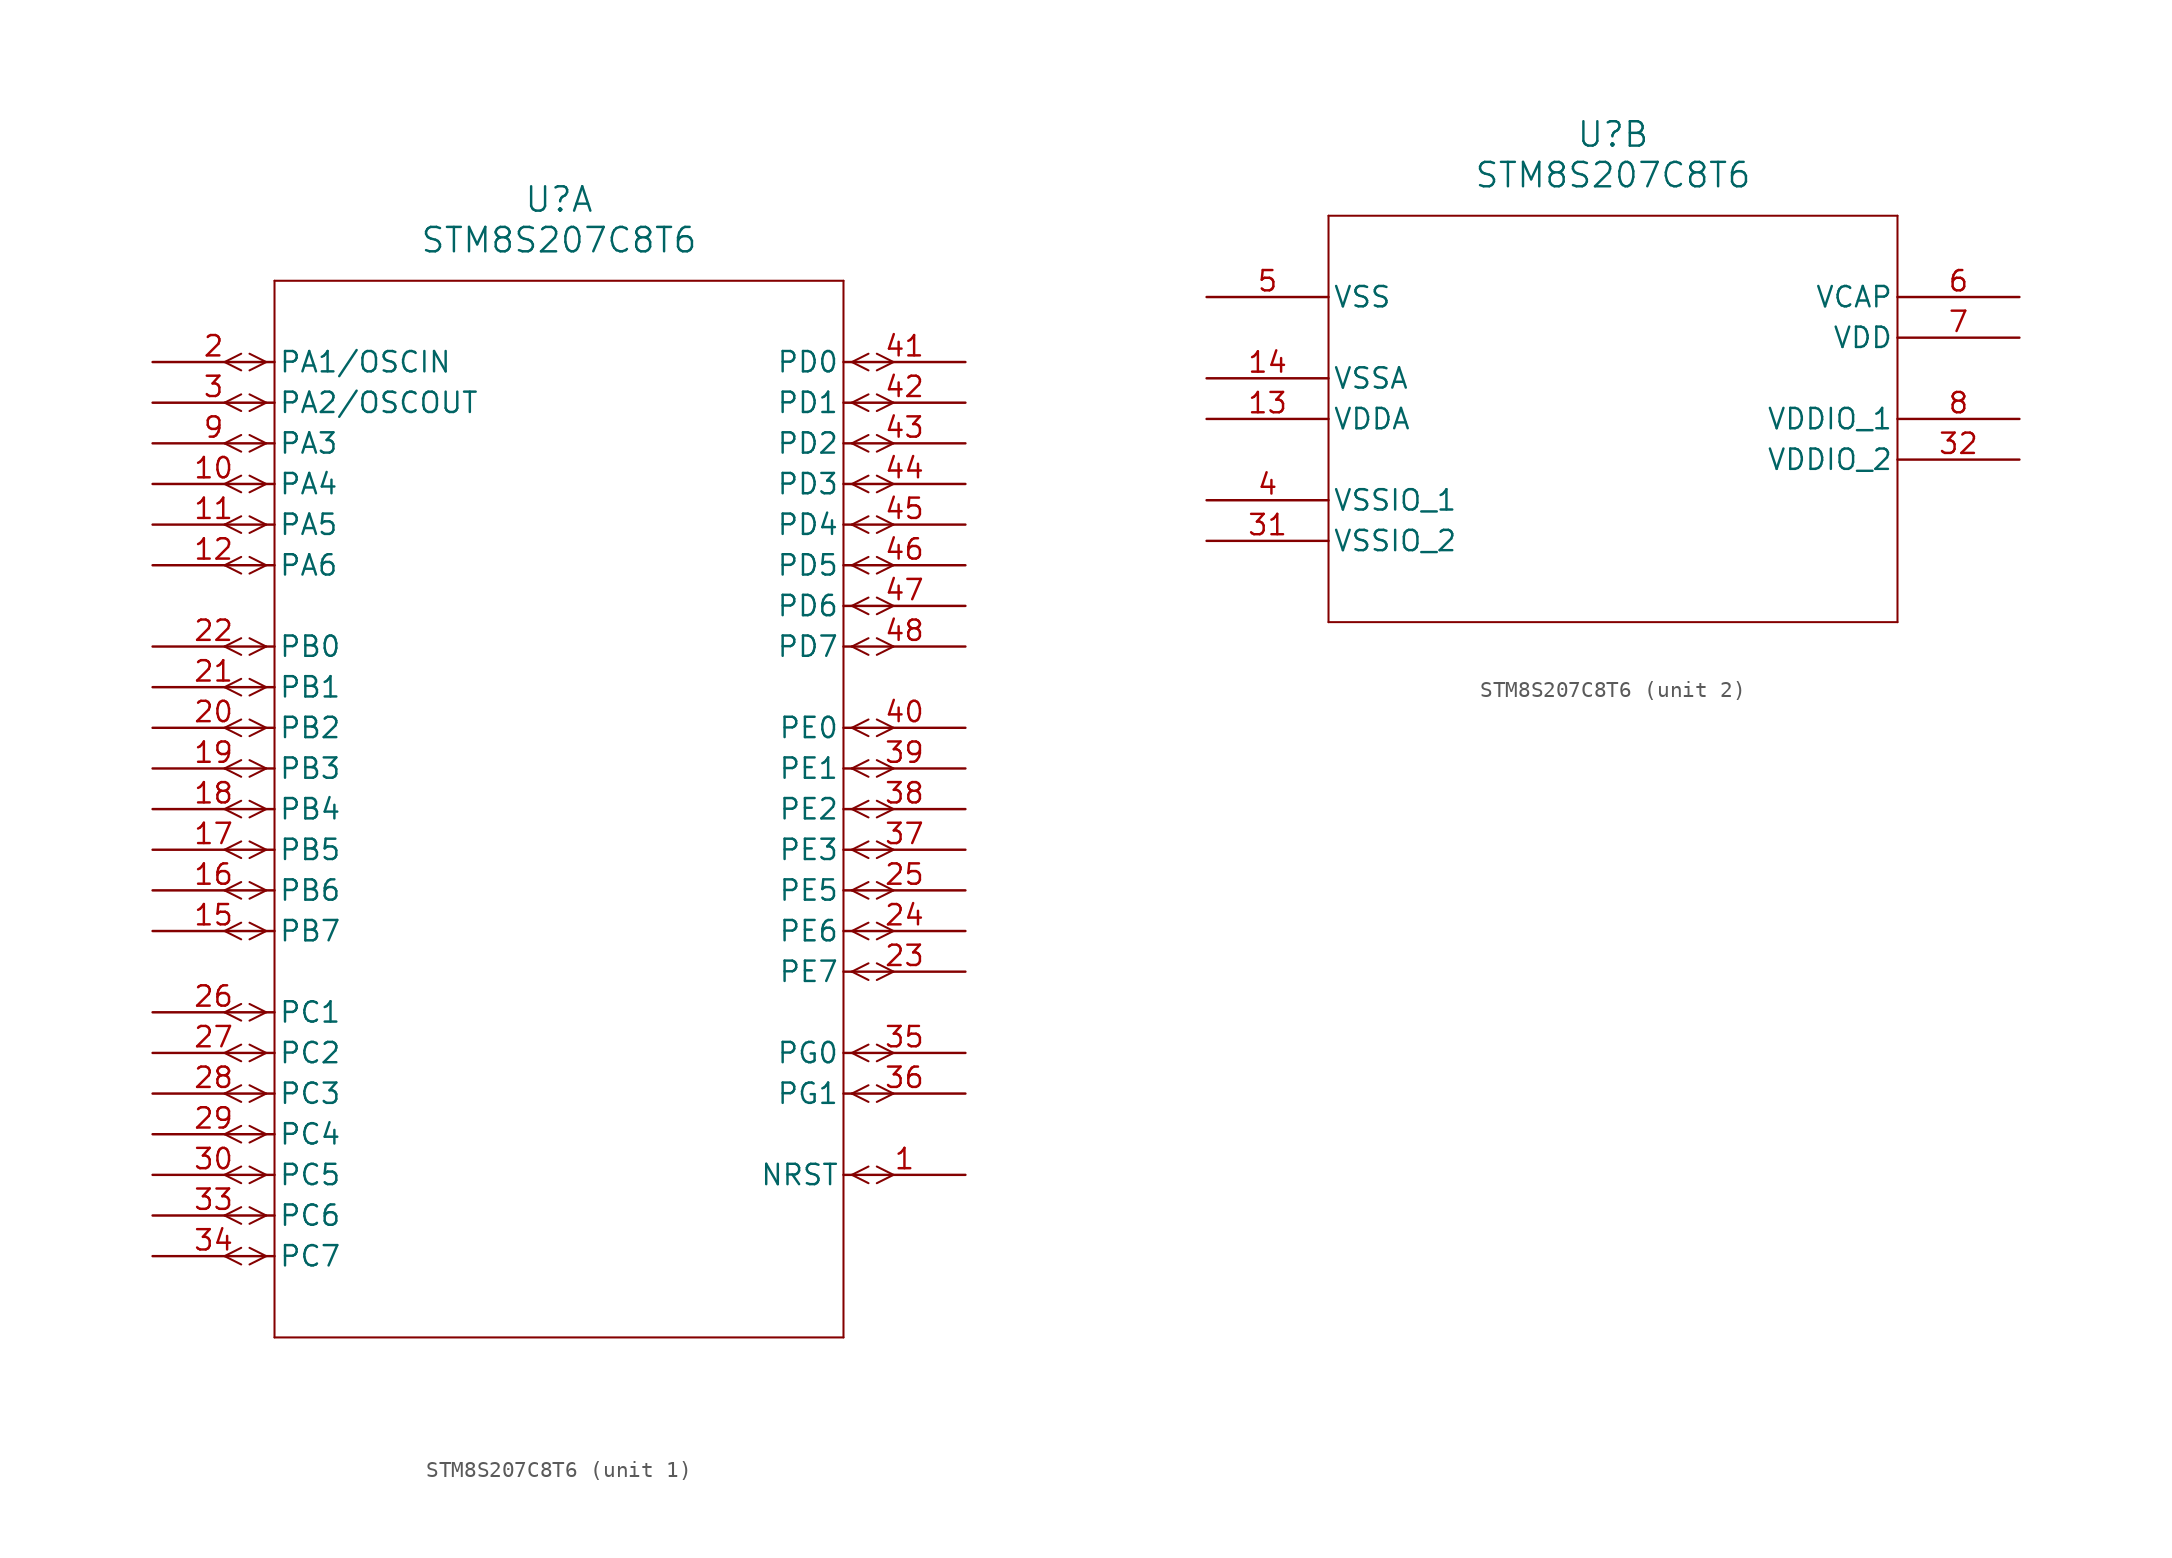
<source format=kicad_sym>
(kicad_symbol_lib
  (version 20220914)
  (generator kicad_symbol_editor)
  (symbol "STM8S207C8T6"
    (pin_names
      (offset 0.254))
    (property "Reference" "U"
      (at 25.4 10.16 0)
      (effects (font (size 1.524 1.524))))
    (property "Value" "STM8S207C8T6"
      (at 25.4 7.62 0)
      (effects (font (size 1.524 1.524))))
    (property "ki_locked" ""
      (at 0 0 0)
      (effects (font (size 1.27 1.27))))
    (symbol "STM8S207C8T6_1_1"
      (polyline (pts (xy 5.537 -56.401) (xy 4.496 -55.88)) (stroke (width 0.127) (type default)) (fill (type none)))
      (polyline (pts (xy 5.537 -55.359) (xy 4.496 -55.88)) (stroke (width 0.127) (type default)) (fill (type none)))
      (polyline (pts (xy 5.537 -53.861) (xy 4.496 -53.34)) (stroke (width 0.127) (type default)) (fill (type none)))
      (polyline (pts (xy 5.537 -52.819) (xy 4.496 -53.34)) (stroke (width 0.127) (type default)) (fill (type none)))
      (polyline (pts (xy 5.537 -51.321) (xy 4.496 -50.8)) (stroke (width 0.127) (type default)) (fill (type none)))
      (polyline (pts (xy 5.537 -50.279) (xy 4.496 -50.8)) (stroke (width 0.127) (type default)) (fill (type none)))
      (polyline (pts (xy 5.537 -48.781) (xy 4.496 -48.26)) (stroke (width 0.127) (type default)) (fill (type none)))
      (polyline (pts (xy 5.537 -47.739) (xy 4.496 -48.26)) (stroke (width 0.127) (type default)) (fill (type none)))
      (polyline (pts (xy 5.537 -46.241) (xy 4.496 -45.72)) (stroke (width 0.127) (type default)) (fill (type none)))
      (polyline (pts (xy 5.537 -45.199) (xy 4.496 -45.72)) (stroke (width 0.127) (type default)) (fill (type none)))
      (polyline (pts (xy 5.537 -43.701) (xy 4.496 -43.18)) (stroke (width 0.127) (type default)) (fill (type none)))
      (polyline (pts (xy 5.537 -42.659) (xy 4.496 -43.18)) (stroke (width 0.127) (type default)) (fill (type none)))
      (polyline (pts (xy 5.537 -41.161) (xy 4.496 -40.64)) (stroke (width 0.127) (type default)) (fill (type none)))
      (polyline (pts (xy 5.537 -40.119) (xy 4.496 -40.64)) (stroke (width 0.127) (type default)) (fill (type none)))
      (polyline (pts (xy 5.537 -36.081) (xy 4.496 -35.56)) (stroke (width 0.127) (type default)) (fill (type none)))
      (polyline (pts (xy 5.537 -35.039) (xy 4.496 -35.56)) (stroke (width 0.127) (type default)) (fill (type none)))
      (polyline (pts (xy 5.537 -33.541) (xy 4.496 -33.02)) (stroke (width 0.127) (type default)) (fill (type none)))
      (polyline (pts (xy 5.537 -32.499) (xy 4.496 -33.02)) (stroke (width 0.127) (type default)) (fill (type none)))
      (polyline (pts (xy 5.537 -31.001) (xy 4.496 -30.48)) (stroke (width 0.127) (type default)) (fill (type none)))
      (polyline (pts (xy 5.537 -29.959) (xy 4.496 -30.48)) (stroke (width 0.127) (type default)) (fill (type none)))
      (polyline (pts (xy 5.537 -28.461) (xy 4.496 -27.94)) (stroke (width 0.127) (type default)) (fill (type none)))
      (polyline (pts (xy 5.537 -27.419) (xy 4.496 -27.94)) (stroke (width 0.127) (type default)) (fill (type none)))
      (polyline (pts (xy 5.537 -25.921) (xy 4.496 -25.4)) (stroke (width 0.127) (type default)) (fill (type none)))
      (polyline (pts (xy 5.537 -24.879) (xy 4.496 -25.4)) (stroke (width 0.127) (type default)) (fill (type none)))
      (polyline (pts (xy 5.537 -23.381) (xy 4.496 -22.86)) (stroke (width 0.127) (type default)) (fill (type none)))
      (polyline (pts (xy 5.537 -22.339) (xy 4.496 -22.86)) (stroke (width 0.127) (type default)) (fill (type none)))
      (polyline (pts (xy 5.537 -20.841) (xy 4.496 -20.32)) (stroke (width 0.127) (type default)) (fill (type none)))
      (polyline (pts (xy 5.537 -19.799) (xy 4.496 -20.32)) (stroke (width 0.127) (type default)) (fill (type none)))
      (polyline (pts (xy 5.537 -18.301) (xy 4.496 -17.78)) (stroke (width 0.127) (type default)) (fill (type none)))
      (polyline (pts (xy 5.537 -17.259) (xy 4.496 -17.78)) (stroke (width 0.127) (type default)) (fill (type none)))
      (polyline (pts (xy 5.537 -13.221) (xy 4.496 -12.7)) (stroke (width 0.127) (type default)) (fill (type none)))
      (polyline (pts (xy 5.537 -12.179) (xy 4.496 -12.7)) (stroke (width 0.127) (type default)) (fill (type none)))
      (polyline (pts (xy 5.537 -10.681) (xy 4.496 -10.16)) (stroke (width 0.127) (type default)) (fill (type none)))
      (polyline (pts (xy 5.537 -9.639) (xy 4.496 -10.16)) (stroke (width 0.127) (type default)) (fill (type none)))
      (polyline (pts (xy 5.537 -8.141) (xy 4.496 -7.62)) (stroke (width 0.127) (type default)) (fill (type none)))
      (polyline (pts (xy 5.537 -7.099) (xy 4.496 -7.62)) (stroke (width 0.127) (type default)) (fill (type none)))
      (polyline (pts (xy 5.537 -5.601) (xy 4.496 -5.08)) (stroke (width 0.127) (type default)) (fill (type none)))
      (polyline (pts (xy 5.537 -4.559) (xy 4.496 -5.08)) (stroke (width 0.127) (type default)) (fill (type none)))
      (polyline (pts (xy 5.537 -3.061) (xy 4.496 -2.54)) (stroke (width 0.127) (type default)) (fill (type none)))
      (polyline (pts (xy 5.537 -2.019) (xy 4.496 -2.54)) (stroke (width 0.127) (type default)) (fill (type none)))
      (polyline (pts (xy 5.537 -0.521) (xy 4.496 0)) (stroke (width 0.127) (type default)) (fill (type none)))
      (polyline (pts (xy 5.537 0.521) (xy 4.496 0)) (stroke (width 0.127) (type default)) (fill (type none)))
      (polyline (pts (xy 7.099 -55.88) (xy 6.058 -56.401)) (stroke (width 0.127) (type default)) (fill (type none)))
      (polyline (pts (xy 7.099 -55.88) (xy 6.058 -55.359)) (stroke (width 0.127) (type default)) (fill (type none)))
      (polyline (pts (xy 7.099 -53.34) (xy 6.058 -53.861)) (stroke (width 0.127) (type default)) (fill (type none)))
      (polyline (pts (xy 7.099 -53.34) (xy 6.058 -52.819)) (stroke (width 0.127) (type default)) (fill (type none)))
      (polyline (pts (xy 7.099 -50.8) (xy 6.058 -51.321)) (stroke (width 0.127) (type default)) (fill (type none)))
      (polyline (pts (xy 7.099 -50.8) (xy 6.058 -50.279)) (stroke (width 0.127) (type default)) (fill (type none)))
      (polyline (pts (xy 7.099 -48.26) (xy 6.058 -48.781)) (stroke (width 0.127) (type default)) (fill (type none)))
      (polyline (pts (xy 7.099 -48.26) (xy 6.058 -47.739)) (stroke (width 0.127) (type default)) (fill (type none)))
      (polyline (pts (xy 7.099 -45.72) (xy 6.058 -46.241)) (stroke (width 0.127) (type default)) (fill (type none)))
      (polyline (pts (xy 7.099 -45.72) (xy 6.058 -45.199)) (stroke (width 0.127) (type default)) (fill (type none)))
      (polyline (pts (xy 7.099 -43.18) (xy 6.058 -43.701)) (stroke (width 0.127) (type default)) (fill (type none)))
      (polyline (pts (xy 7.099 -43.18) (xy 6.058 -42.659)) (stroke (width 0.127) (type default)) (fill (type none)))
      (polyline (pts (xy 7.099 -40.64) (xy 6.058 -41.161)) (stroke (width 0.127) (type default)) (fill (type none)))
      (polyline (pts (xy 7.099 -40.64) (xy 6.058 -40.119)) (stroke (width 0.127) (type default)) (fill (type none)))
      (polyline (pts (xy 7.099 -35.56) (xy 6.058 -36.081)) (stroke (width 0.127) (type default)) (fill (type none)))
      (polyline (pts (xy 7.099 -35.56) (xy 6.058 -35.039)) (stroke (width 0.127) (type default)) (fill (type none)))
      (polyline (pts (xy 7.099 -33.02) (xy 6.058 -33.541)) (stroke (width 0.127) (type default)) (fill (type none)))
      (polyline (pts (xy 7.099 -33.02) (xy 6.058 -32.499)) (stroke (width 0.127) (type default)) (fill (type none)))
      (polyline (pts (xy 7.099 -30.48) (xy 6.058 -31.001)) (stroke (width 0.127) (type default)) (fill (type none)))
      (polyline (pts (xy 7.099 -30.48) (xy 6.058 -29.959)) (stroke (width 0.127) (type default)) (fill (type none)))
      (polyline (pts (xy 7.099 -27.94) (xy 6.058 -28.461)) (stroke (width 0.127) (type default)) (fill (type none)))
      (polyline (pts (xy 7.099 -27.94) (xy 6.058 -27.419)) (stroke (width 0.127) (type default)) (fill (type none)))
      (polyline (pts (xy 7.099 -25.4) (xy 6.058 -25.921)) (stroke (width 0.127) (type default)) (fill (type none)))
      (polyline (pts (xy 7.099 -25.4) (xy 6.058 -24.879)) (stroke (width 0.127) (type default)) (fill (type none)))
      (polyline (pts (xy 7.099 -22.86) (xy 6.058 -23.381)) (stroke (width 0.127) (type default)) (fill (type none)))
      (polyline (pts (xy 7.099 -22.86) (xy 6.058 -22.339)) (stroke (width 0.127) (type default)) (fill (type none)))
      (polyline (pts (xy 7.099 -20.32) (xy 6.058 -20.841)) (stroke (width 0.127) (type default)) (fill (type none)))
      (polyline (pts (xy 7.099 -20.32) (xy 6.058 -19.799)) (stroke (width 0.127) (type default)) (fill (type none)))
      (polyline (pts (xy 7.099 -17.78) (xy 6.058 -18.301)) (stroke (width 0.127) (type default)) (fill (type none)))
      (polyline (pts (xy 7.099 -17.78) (xy 6.058 -17.259)) (stroke (width 0.127) (type default)) (fill (type none)))
      (polyline (pts (xy 7.099 -12.7) (xy 6.058 -13.221)) (stroke (width 0.127) (type default)) (fill (type none)))
      (polyline (pts (xy 7.099 -12.7) (xy 6.058 -12.179)) (stroke (width 0.127) (type default)) (fill (type none)))
      (polyline (pts (xy 7.099 -10.16) (xy 6.058 -10.681)) (stroke (width 0.127) (type default)) (fill (type none)))
      (polyline (pts (xy 7.099 -10.16) (xy 6.058 -9.639)) (stroke (width 0.127) (type default)) (fill (type none)))
      (polyline (pts (xy 7.099 -7.62) (xy 6.058 -8.141)) (stroke (width 0.127) (type default)) (fill (type none)))
      (polyline (pts (xy 7.099 -7.62) (xy 6.058 -7.099)) (stroke (width 0.127) (type default)) (fill (type none)))
      (polyline (pts (xy 7.099 -5.08) (xy 6.058 -5.601)) (stroke (width 0.127) (type default)) (fill (type none)))
      (polyline (pts (xy 7.099 -5.08) (xy 6.058 -4.559)) (stroke (width 0.127) (type default)) (fill (type none)))
      (polyline (pts (xy 7.099 -2.54) (xy 6.058 -3.061)) (stroke (width 0.127) (type default)) (fill (type none)))
      (polyline (pts (xy 7.099 -2.54) (xy 6.058 -2.019)) (stroke (width 0.127) (type default)) (fill (type none)))
      (polyline (pts (xy 7.099 0) (xy 6.058 -0.521)) (stroke (width 0.127) (type default)) (fill (type none)))
      (polyline (pts (xy 7.099 0) (xy 6.058 0.521)) (stroke (width 0.127) (type default)) (fill (type none)))
      (polyline (pts (xy 7.62 -60.96) (xy 43.18 -60.96)) (stroke (width 0.127) (type default)) (fill (type none)))
      (polyline (pts (xy 7.62 5.08) (xy 7.62 -60.96)) (stroke (width 0.127) (type default)) (fill (type none)))
      (polyline (pts (xy 43.18 -60.96) (xy 43.18 5.08)) (stroke (width 0.127) (type default)) (fill (type none)))
      (polyline (pts (xy 43.18 5.08) (xy 7.62 5.08)) (stroke (width 0.127) (type default)) (fill (type none)))
      (polyline (pts (xy 43.701 -50.8) (xy 44.742 -51.321)) (stroke (width 0.127) (type default)) (fill (type none)))
      (polyline (pts (xy 43.701 -50.8) (xy 44.742 -50.279)) (stroke (width 0.127) (type default)) (fill (type none)))
      (polyline (pts (xy 43.701 -45.72) (xy 44.742 -46.241)) (stroke (width 0.127) (type default)) (fill (type none)))
      (polyline (pts (xy 43.701 -45.72) (xy 44.742 -45.199)) (stroke (width 0.127) (type default)) (fill (type none)))
      (polyline (pts (xy 43.701 -43.18) (xy 44.742 -43.701)) (stroke (width 0.127) (type default)) (fill (type none)))
      (polyline (pts (xy 43.701 -43.18) (xy 44.742 -42.659)) (stroke (width 0.127) (type default)) (fill (type none)))
      (polyline (pts (xy 43.701 -38.1) (xy 44.742 -38.621)) (stroke (width 0.127) (type default)) (fill (type none)))
      (polyline (pts (xy 43.701 -38.1) (xy 44.742 -37.579)) (stroke (width 0.127) (type default)) (fill (type none)))
      (polyline (pts (xy 43.701 -35.56) (xy 44.742 -36.081)) (stroke (width 0.127) (type default)) (fill (type none)))
      (polyline (pts (xy 43.701 -35.56) (xy 44.742 -35.039)) (stroke (width 0.127) (type default)) (fill (type none)))
      (polyline (pts (xy 43.701 -33.02) (xy 44.742 -33.541)) (stroke (width 0.127) (type default)) (fill (type none)))
      (polyline (pts (xy 43.701 -33.02) (xy 44.742 -32.499)) (stroke (width 0.127) (type default)) (fill (type none)))
      (polyline (pts (xy 43.701 -30.48) (xy 44.742 -31.001)) (stroke (width 0.127) (type default)) (fill (type none)))
      (polyline (pts (xy 43.701 -30.48) (xy 44.742 -29.959)) (stroke (width 0.127) (type default)) (fill (type none)))
      (polyline (pts (xy 43.701 -27.94) (xy 44.742 -28.461)) (stroke (width 0.127) (type default)) (fill (type none)))
      (polyline (pts (xy 43.701 -27.94) (xy 44.742 -27.419)) (stroke (width 0.127) (type default)) (fill (type none)))
      (polyline (pts (xy 43.701 -25.4) (xy 44.742 -25.921)) (stroke (width 0.127) (type default)) (fill (type none)))
      (polyline (pts (xy 43.701 -25.4) (xy 44.742 -24.879)) (stroke (width 0.127) (type default)) (fill (type none)))
      (polyline (pts (xy 43.701 -22.86) (xy 44.742 -23.381)) (stroke (width 0.127) (type default)) (fill (type none)))
      (polyline (pts (xy 43.701 -22.86) (xy 44.742 -22.339)) (stroke (width 0.127) (type default)) (fill (type none)))
      (polyline (pts (xy 43.701 -17.78) (xy 44.742 -18.301)) (stroke (width 0.127) (type default)) (fill (type none)))
      (polyline (pts (xy 43.701 -17.78) (xy 44.742 -17.259)) (stroke (width 0.127) (type default)) (fill (type none)))
      (polyline (pts (xy 43.701 -15.24) (xy 44.742 -15.761)) (stroke (width 0.127) (type default)) (fill (type none)))
      (polyline (pts (xy 43.701 -15.24) (xy 44.742 -14.719)) (stroke (width 0.127) (type default)) (fill (type none)))
      (polyline (pts (xy 43.701 -12.7) (xy 44.742 -13.221)) (stroke (width 0.127) (type default)) (fill (type none)))
      (polyline (pts (xy 43.701 -12.7) (xy 44.742 -12.179)) (stroke (width 0.127) (type default)) (fill (type none)))
      (polyline (pts (xy 43.701 -10.16) (xy 44.742 -10.681)) (stroke (width 0.127) (type default)) (fill (type none)))
      (polyline (pts (xy 43.701 -10.16) (xy 44.742 -9.639)) (stroke (width 0.127) (type default)) (fill (type none)))
      (polyline (pts (xy 43.701 -7.62) (xy 44.742 -8.141)) (stroke (width 0.127) (type default)) (fill (type none)))
      (polyline (pts (xy 43.701 -7.62) (xy 44.742 -7.099)) (stroke (width 0.127) (type default)) (fill (type none)))
      (polyline (pts (xy 43.701 -5.08) (xy 44.742 -5.601)) (stroke (width 0.127) (type default)) (fill (type none)))
      (polyline (pts (xy 43.701 -5.08) (xy 44.742 -4.559)) (stroke (width 0.127) (type default)) (fill (type none)))
      (polyline (pts (xy 43.701 -2.54) (xy 44.742 -3.061)) (stroke (width 0.127) (type default)) (fill (type none)))
      (polyline (pts (xy 43.701 -2.54) (xy 44.742 -2.019)) (stroke (width 0.127) (type default)) (fill (type none)))
      (polyline (pts (xy 43.701 0) (xy 44.742 -0.521)) (stroke (width 0.127) (type default)) (fill (type none)))
      (polyline (pts (xy 43.701 0) (xy 44.742 0.521)) (stroke (width 0.127) (type default)) (fill (type none)))
      (polyline (pts (xy 45.263 -51.321) (xy 46.304 -50.8)) (stroke (width 0.127) (type default)) (fill (type none)))
      (polyline (pts (xy 45.263 -50.279) (xy 46.304 -50.8)) (stroke (width 0.127) (type default)) (fill (type none)))
      (polyline (pts (xy 45.263 -46.241) (xy 46.304 -45.72)) (stroke (width 0.127) (type default)) (fill (type none)))
      (polyline (pts (xy 45.263 -45.199) (xy 46.304 -45.72)) (stroke (width 0.127) (type default)) (fill (type none)))
      (polyline (pts (xy 45.263 -43.701) (xy 46.304 -43.18)) (stroke (width 0.127) (type default)) (fill (type none)))
      (polyline (pts (xy 45.263 -42.659) (xy 46.304 -43.18)) (stroke (width 0.127) (type default)) (fill (type none)))
      (polyline (pts (xy 45.263 -38.621) (xy 46.304 -38.1)) (stroke (width 0.127) (type default)) (fill (type none)))
      (polyline (pts (xy 45.263 -37.579) (xy 46.304 -38.1)) (stroke (width 0.127) (type default)) (fill (type none)))
      (polyline (pts (xy 45.263 -36.081) (xy 46.304 -35.56)) (stroke (width 0.127) (type default)) (fill (type none)))
      (polyline (pts (xy 45.263 -35.039) (xy 46.304 -35.56)) (stroke (width 0.127) (type default)) (fill (type none)))
      (polyline (pts (xy 45.263 -33.541) (xy 46.304 -33.02)) (stroke (width 0.127) (type default)) (fill (type none)))
      (polyline (pts (xy 45.263 -32.499) (xy 46.304 -33.02)) (stroke (width 0.127) (type default)) (fill (type none)))
      (polyline (pts (xy 45.263 -31.001) (xy 46.304 -30.48)) (stroke (width 0.127) (type default)) (fill (type none)))
      (polyline (pts (xy 45.263 -29.959) (xy 46.304 -30.48)) (stroke (width 0.127) (type default)) (fill (type none)))
      (polyline (pts (xy 45.263 -28.461) (xy 46.304 -27.94)) (stroke (width 0.127) (type default)) (fill (type none)))
      (polyline (pts (xy 45.263 -27.419) (xy 46.304 -27.94)) (stroke (width 0.127) (type default)) (fill (type none)))
      (polyline (pts (xy 45.263 -25.921) (xy 46.304 -25.4)) (stroke (width 0.127) (type default)) (fill (type none)))
      (polyline (pts (xy 45.263 -24.879) (xy 46.304 -25.4)) (stroke (width 0.127) (type default)) (fill (type none)))
      (polyline (pts (xy 45.263 -23.381) (xy 46.304 -22.86)) (stroke (width 0.127) (type default)) (fill (type none)))
      (polyline (pts (xy 45.263 -22.339) (xy 46.304 -22.86)) (stroke (width 0.127) (type default)) (fill (type none)))
      (polyline (pts (xy 45.263 -18.301) (xy 46.304 -17.78)) (stroke (width 0.127) (type default)) (fill (type none)))
      (polyline (pts (xy 45.263 -17.259) (xy 46.304 -17.78)) (stroke (width 0.127) (type default)) (fill (type none)))
      (polyline (pts (xy 45.263 -15.761) (xy 46.304 -15.24)) (stroke (width 0.127) (type default)) (fill (type none)))
      (polyline (pts (xy 45.263 -14.719) (xy 46.304 -15.24)) (stroke (width 0.127) (type default)) (fill (type none)))
      (polyline (pts (xy 45.263 -13.221) (xy 46.304 -12.7)) (stroke (width 0.127) (type default)) (fill (type none)))
      (polyline (pts (xy 45.263 -12.179) (xy 46.304 -12.7)) (stroke (width 0.127) (type default)) (fill (type none)))
      (polyline (pts (xy 45.263 -10.681) (xy 46.304 -10.16)) (stroke (width 0.127) (type default)) (fill (type none)))
      (polyline (pts (xy 45.263 -9.639) (xy 46.304 -10.16)) (stroke (width 0.127) (type default)) (fill (type none)))
      (polyline (pts (xy 45.263 -8.141) (xy 46.304 -7.62)) (stroke (width 0.127) (type default)) (fill (type none)))
      (polyline (pts (xy 45.263 -7.099) (xy 46.304 -7.62)) (stroke (width 0.127) (type default)) (fill (type none)))
      (polyline (pts (xy 45.263 -5.601) (xy 46.304 -5.08)) (stroke (width 0.127) (type default)) (fill (type none)))
      (polyline (pts (xy 45.263 -4.559) (xy 46.304 -5.08)) (stroke (width 0.127) (type default)) (fill (type none)))
      (polyline (pts (xy 45.263 -3.061) (xy 46.304 -2.54)) (stroke (width 0.127) (type default)) (fill (type none)))
      (polyline (pts (xy 45.263 -2.019) (xy 46.304 -2.54)) (stroke (width 0.127) (type default)) (fill (type none)))
      (polyline (pts (xy 45.263 -0.521) (xy 46.304 0)) (stroke (width 0.127) (type default)) (fill (type none)))
      (polyline (pts (xy 45.263 0.521) (xy 46.304 0)) (stroke (width 0.127) (type default)) (fill (type none)))
      (pin bidirectional line (at 50.8 -50.8 180) (length 7.62) (name "NRST" (effects (font (size 1.27 1.27)))) (number "1" (effects (font (size 1.27 1.27)))))
      (pin bidirectional line (at 0 -7.62 0) (length 7.62) (name "PA4" (effects (font (size 1.27 1.27)))) (number "10" (effects (font (size 1.27 1.27)))))
      (pin bidirectional line (at 0 -10.16 0) (length 7.62) (name "PA5" (effects (font (size 1.27 1.27)))) (number "11" (effects (font (size 1.27 1.27)))))
      (pin bidirectional line (at 0 -12.7 0) (length 7.62) (name "PA6" (effects (font (size 1.27 1.27)))) (number "12" (effects (font (size 1.27 1.27)))))
      (pin bidirectional line (at 0 -35.56 0) (length 7.62) (name "PB7" (effects (font (size 1.27 1.27)))) (number "15" (effects (font (size 1.27 1.27)))))
      (pin bidirectional line (at 0 -33.02 0) (length 7.62) (name "PB6" (effects (font (size 1.27 1.27)))) (number "16" (effects (font (size 1.27 1.27)))))
      (pin bidirectional line (at 0 -30.48 0) (length 7.62) (name "PB5" (effects (font (size 1.27 1.27)))) (number "17" (effects (font (size 1.27 1.27)))))
      (pin bidirectional line (at 0 -27.94 0) (length 7.62) (name "PB4" (effects (font (size 1.27 1.27)))) (number "18" (effects (font (size 1.27 1.27)))))
      (pin bidirectional line (at 0 -25.4 0) (length 7.62) (name "PB3" (effects (font (size 1.27 1.27)))) (number "19" (effects (font (size 1.27 1.27)))))
      (pin bidirectional line (at 0 0 0) (length 7.62) (name "PA1/OSCIN" (effects (font (size 1.27 1.27)))) (number "2" (effects (font (size 1.27 1.27)))))
      (pin bidirectional line (at 0 -22.86 0) (length 7.62) (name "PB2" (effects (font (size 1.27 1.27)))) (number "20" (effects (font (size 1.27 1.27)))))
      (pin bidirectional line (at 0 -20.32 0) (length 7.62) (name "PB1" (effects (font (size 1.27 1.27)))) (number "21" (effects (font (size 1.27 1.27)))))
      (pin bidirectional line (at 0 -17.78 0) (length 7.62) (name "PB0" (effects (font (size 1.27 1.27)))) (number "22" (effects (font (size 1.27 1.27)))))
      (pin bidirectional line (at 50.8 -38.1 180) (length 7.62) (name "PE7" (effects (font (size 1.27 1.27)))) (number "23" (effects (font (size 1.27 1.27)))))
      (pin bidirectional line (at 50.8 -35.56 180) (length 7.62) (name "PE6" (effects (font (size 1.27 1.27)))) (number "24" (effects (font (size 1.27 1.27)))))
      (pin bidirectional line (at 50.8 -33.02 180) (length 7.62) (name "PE5" (effects (font (size 1.27 1.27)))) (number "25" (effects (font (size 1.27 1.27)))))
      (pin bidirectional line (at 0 -40.64 0) (length 7.62) (name "PC1" (effects (font (size 1.27 1.27)))) (number "26" (effects (font (size 1.27 1.27)))))
      (pin bidirectional line (at 0 -43.18 0) (length 7.62) (name "PC2" (effects (font (size 1.27 1.27)))) (number "27" (effects (font (size 1.27 1.27)))))
      (pin bidirectional line (at 0 -45.72 0) (length 7.62) (name "PC3" (effects (font (size 1.27 1.27)))) (number "28" (effects (font (size 1.27 1.27)))))
      (pin bidirectional line (at 0 -48.26 0) (length 7.62) (name "PC4" (effects (font (size 1.27 1.27)))) (number "29" (effects (font (size 1.27 1.27)))))
      (pin bidirectional line (at 0 -2.54 0) (length 7.62) (name "PA2/OSCOUT" (effects (font (size 1.27 1.27)))) (number "3" (effects (font (size 1.27 1.27)))))
      (pin bidirectional line (at 0 -50.8 0) (length 7.62) (name "PC5" (effects (font (size 1.27 1.27)))) (number "30" (effects (font (size 1.27 1.27)))))
      (pin bidirectional line (at 0 -53.34 0) (length 7.62) (name "PC6" (effects (font (size 1.27 1.27)))) (number "33" (effects (font (size 1.27 1.27)))))
      (pin bidirectional line (at 0 -55.88 0) (length 7.62) (name "PC7" (effects (font (size 1.27 1.27)))) (number "34" (effects (font (size 1.27 1.27)))))
      (pin bidirectional line (at 50.8 -43.18 180) (length 7.62) (name "PG0" (effects (font (size 1.27 1.27)))) (number "35" (effects (font (size 1.27 1.27)))))
      (pin bidirectional line (at 50.8 -45.72 180) (length 7.62) (name "PG1" (effects (font (size 1.27 1.27)))) (number "36" (effects (font (size 1.27 1.27)))))
      (pin bidirectional line (at 50.8 -30.48 180) (length 7.62) (name "PE3" (effects (font (size 1.27 1.27)))) (number "37" (effects (font (size 1.27 1.27)))))
      (pin bidirectional line (at 50.8 -27.94 180) (length 7.62) (name "PE2" (effects (font (size 1.27 1.27)))) (number "38" (effects (font (size 1.27 1.27)))))
      (pin bidirectional line (at 50.8 -25.4 180) (length 7.62) (name "PE1" (effects (font (size 1.27 1.27)))) (number "39" (effects (font (size 1.27 1.27)))))
      (pin bidirectional line (at 50.8 -22.86 180) (length 7.62) (name "PE0" (effects (font (size 1.27 1.27)))) (number "40" (effects (font (size 1.27 1.27)))))
      (pin bidirectional line (at 50.8 0 180) (length 7.62) (name "PD0" (effects (font (size 1.27 1.27)))) (number "41" (effects (font (size 1.27 1.27)))))
      (pin bidirectional line (at 50.8 -2.54 180) (length 7.62) (name "PD1" (effects (font (size 1.27 1.27)))) (number "42" (effects (font (size 1.27 1.27)))))
      (pin bidirectional line (at 50.8 -5.08 180) (length 7.62) (name "PD2" (effects (font (size 1.27 1.27)))) (number "43" (effects (font (size 1.27 1.27)))))
      (pin bidirectional line (at 50.8 -7.62 180) (length 7.62) (name "PD3" (effects (font (size 1.27 1.27)))) (number "44" (effects (font (size 1.27 1.27)))))
      (pin bidirectional line (at 50.8 -10.16 180) (length 7.62) (name "PD4" (effects (font (size 1.27 1.27)))) (number "45" (effects (font (size 1.27 1.27)))))
      (pin bidirectional line (at 50.8 -12.7 180) (length 7.62) (name "PD5" (effects (font (size 1.27 1.27)))) (number "46" (effects (font (size 1.27 1.27)))))
      (pin bidirectional line (at 50.8 -15.24 180) (length 7.62) (name "PD6" (effects (font (size 1.27 1.27)))) (number "47" (effects (font (size 1.27 1.27)))))
      (pin bidirectional line (at 50.8 -17.78 180) (length 7.62) (name "PD7" (effects (font (size 1.27 1.27)))) (number "48" (effects (font (size 1.27 1.27)))))
      (pin bidirectional line (at 0 -5.08 0) (length 7.62) (name "PA3" (effects (font (size 1.27 1.27)))) (number "9" (effects (font (size 1.27 1.27))))))
    (symbol "STM8S207C8T6_2_1"
      (polyline (pts (xy 7.62 -20.32) (xy 43.18 -20.32)) (stroke (width 0.127) (type default)) (fill (type none)))
      (polyline (pts (xy 7.62 5.08) (xy 7.62 -20.32)) (stroke (width 0.127) (type default)) (fill (type none)))
      (polyline (pts (xy 43.18 -20.32) (xy 43.18 5.08)) (stroke (width 0.127) (type default)) (fill (type none)))
      (polyline (pts (xy 43.18 5.08) (xy 7.62 5.08)) (stroke (width 0.127) (type default)) (fill (type none)))
      (pin power_in line (at 0 -7.62 0) (length 7.62) (name "VDDA" (effects (font (size 1.27 1.27)))) (number "13" (effects (font (size 1.27 1.27)))))
      (pin power_in line (at 0 -5.08 0) (length 7.62) (name "VSSA" (effects (font (size 1.27 1.27)))) (number "14" (effects (font (size 1.27 1.27)))))
      (pin power_in line (at 0 -15.24 0) (length 7.62) (name "VSSIO_2" (effects (font (size 1.27 1.27)))) (number "31" (effects (font (size 1.27 1.27)))))
      (pin power_in line (at 50.8 -10.16 180) (length 7.62) (name "VDDIO_2" (effects (font (size 1.27 1.27)))) (number "32" (effects (font (size 1.27 1.27)))))
      (pin power_in line (at 0 -12.7 0) (length 7.62) (name "VSSIO_1" (effects (font (size 1.27 1.27)))) (number "4" (effects (font (size 1.27 1.27)))))
      (pin power_in line (at 0 0 0) (length 7.62) (name "VSS" (effects (font (size 1.27 1.27)))) (number "5" (effects (font (size 1.27 1.27)))))
      (pin power_in line (at 50.8 0 180) (length 7.62) (name "VCAP" (effects (font (size 1.27 1.27)))) (number "6" (effects (font (size 1.27 1.27)))))
      (pin power_in line (at 50.8 -2.54 180) (length 7.62) (name "VDD" (effects (font (size 1.27 1.27)))) (number "7" (effects (font (size 1.27 1.27)))))
      (pin power_in line (at 50.8 -7.62 180) (length 7.62) (name "VDDIO_1" (effects (font (size 1.27 1.27)))) (number "8" (effects (font (size 1.27 1.27))))))))
</source>
